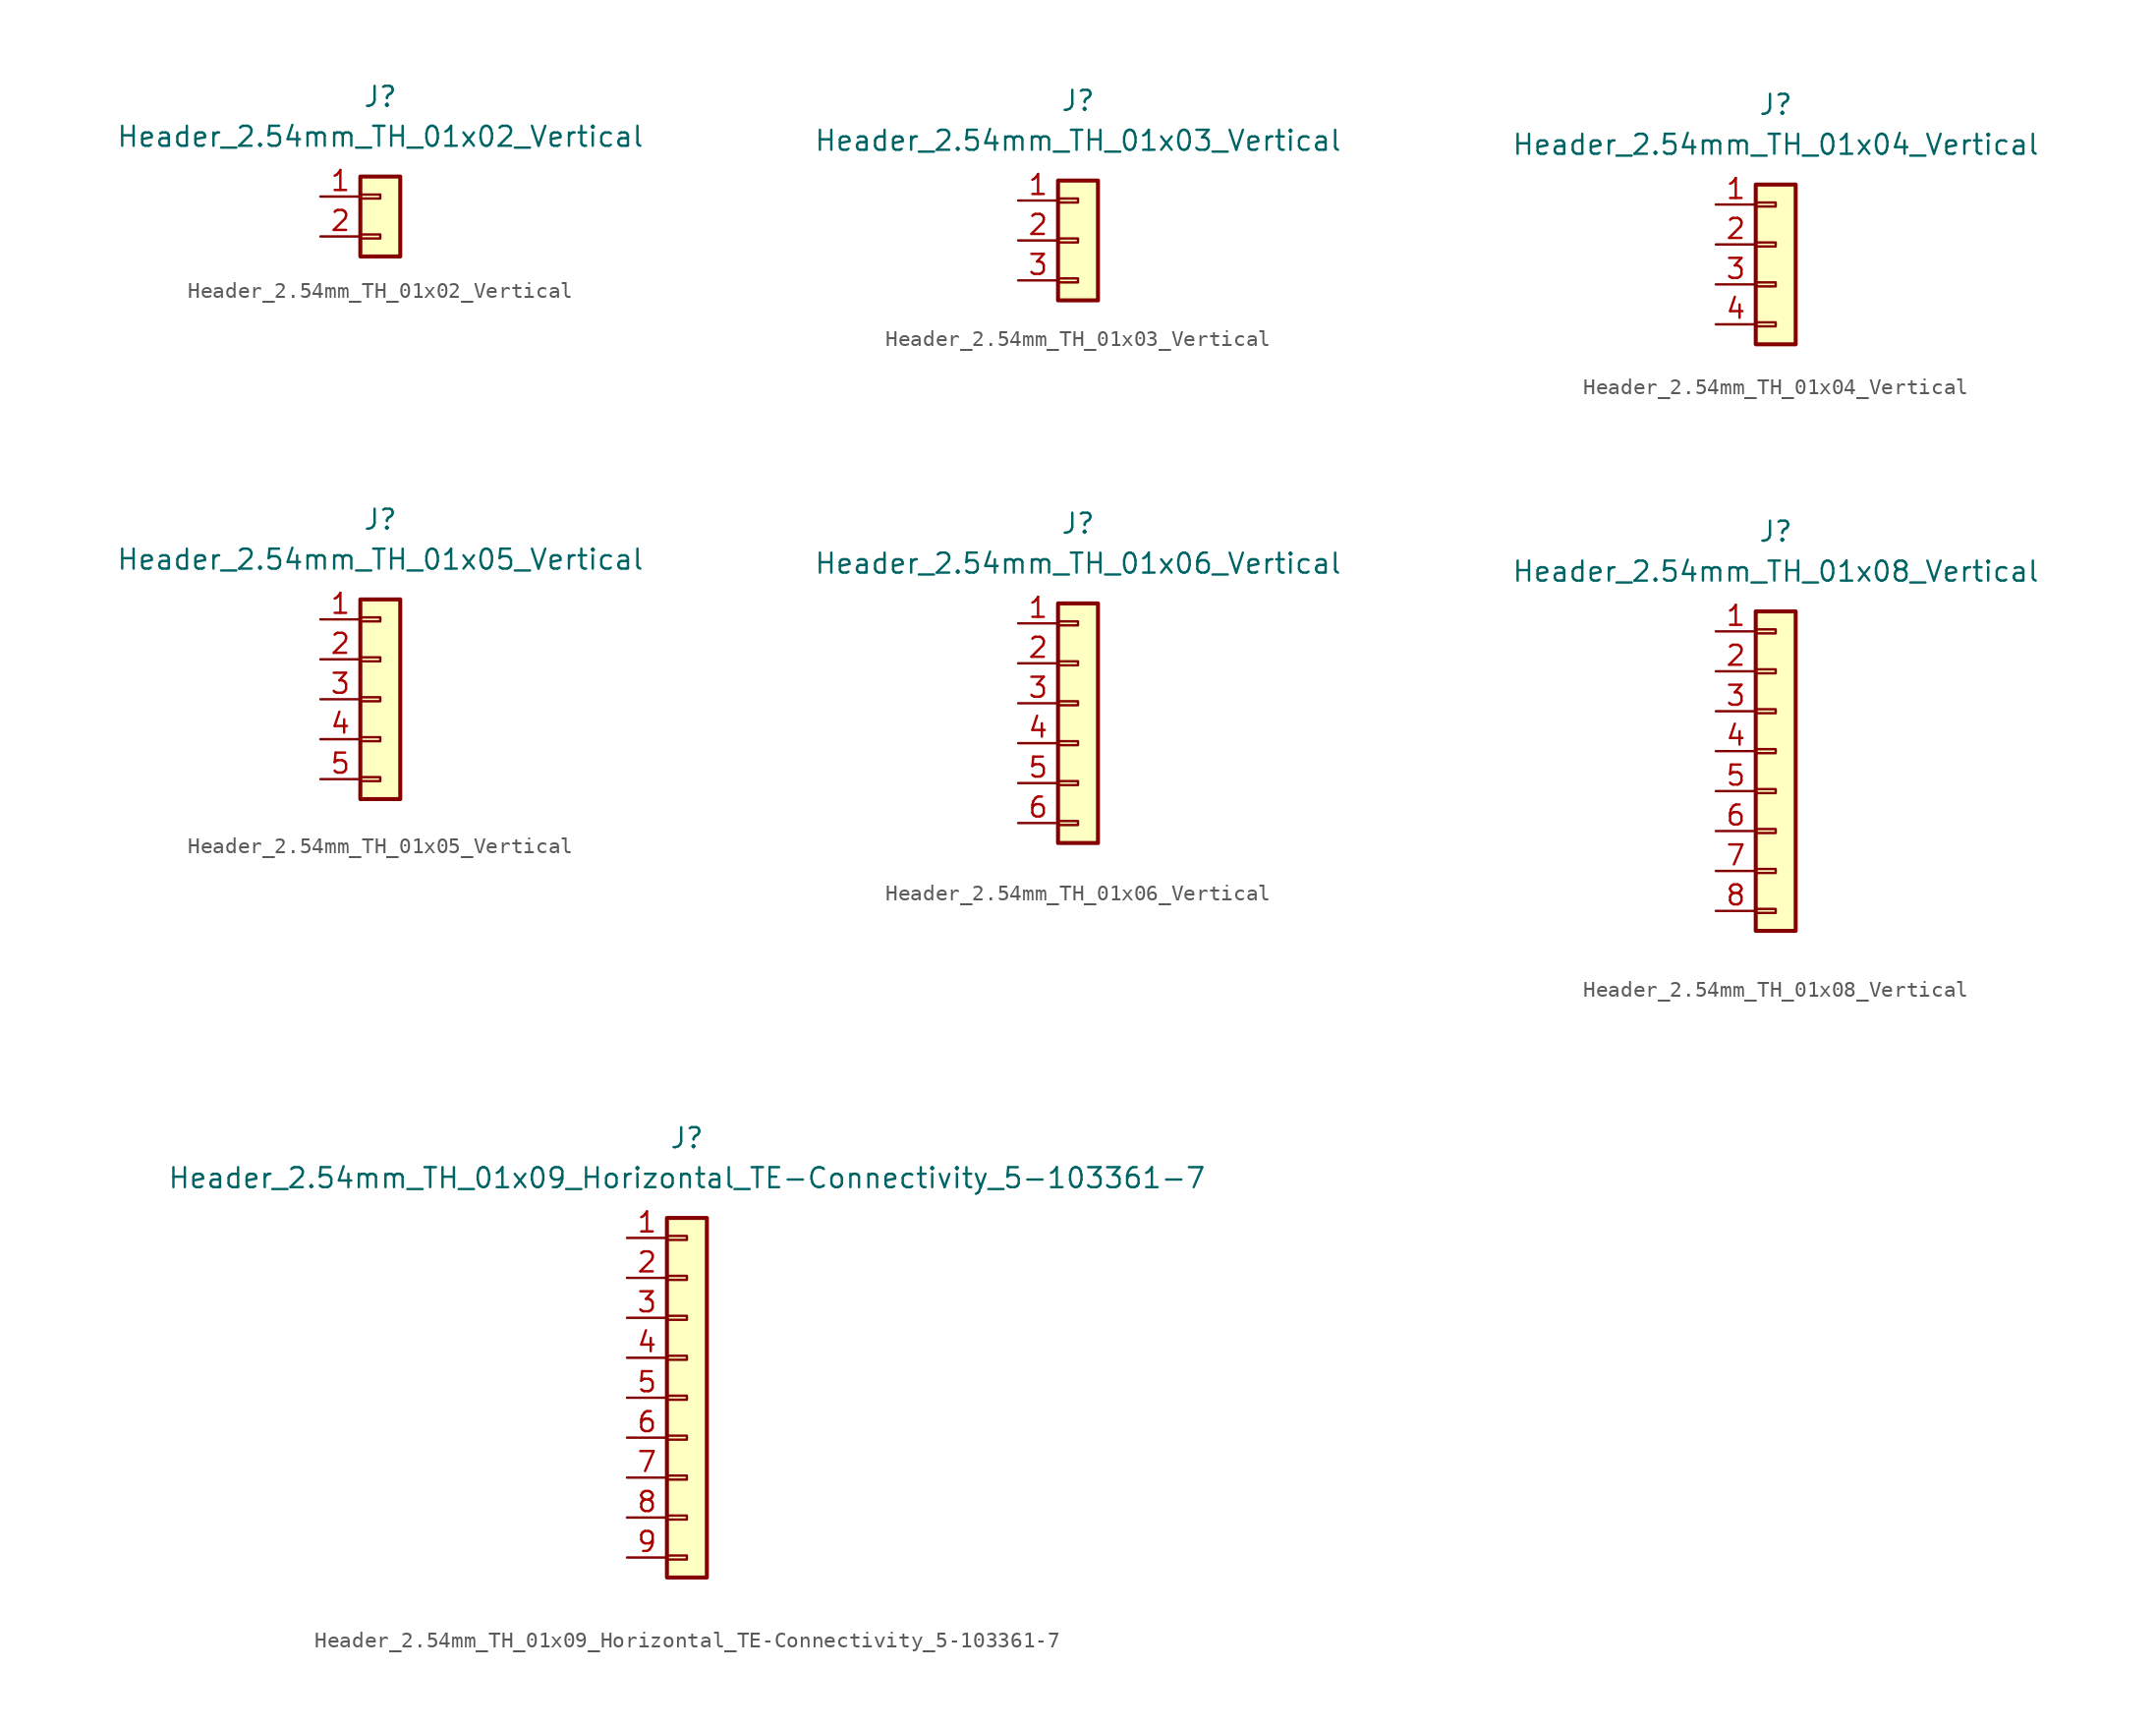
<source format=kicad_sym>
(kicad_symbol_lib
  (version 20241209)
  (generator "kicad_symbol_editor")
  (generator_version "9.0")
  (symbol "Header_2.54mm_TH_01x02_Vertical"
    (pin_names
      (offset 1.27)
      (hide yes))
    (property "Reference" "J"
      (at 0 7.62 0)
      (effects (font (size 1.27 1.27))))
    (property "Value" "Header_2.54mm_TH_01x02_Vertical"
      (at 0 5.08 0)
      (effects (font (size 1.27 1.27))))
    (symbol "Header_2.54mm_TH_01x02_Vertical_1_1"
      (rectangle (start -1.27 2.54) (end 1.27 -2.54) (stroke (width 0.254) (type default)) (fill (type background)))
      (rectangle (start -1.27 1.397) (end 0 1.143) (stroke (width 0.152) (type default)) (fill (type none)))
      (rectangle (start -1.27 -1.143) (end 0 -1.397) (stroke (width 0.152) (type default)) (fill (type none)))
      (pin passive line (at -3.81 1.27 0) (length 2.54) (name "Pin_1" (effects (font (size 1.27 1.27)))) (number "1" (effects (font (size 1.27 1.27)))))
      (pin passive line (at -3.81 -1.27 0) (length 2.54) (name "Pin_2" (effects (font (size 1.27 1.27)))) (number "2" (effects (font (size 1.27 1.27)))))))
  (symbol "Header_2.54mm_TH_01x03_Vertical"
    (pin_names
      (offset 1.27)
      (hide yes))
    (property "Reference" "J"
      (at 0 8.89 0)
      (effects (font (size 1.27 1.27))))
    (property "Value" "Header_2.54mm_TH_01x03_Vertical"
      (at 0 6.35 0)
      (effects (font (size 1.27 1.27))))
    (symbol "Header_2.54mm_TH_01x03_Vertical_1_1"
      (rectangle (start -1.27 3.81) (end 1.27 -3.81) (stroke (width 0.254) (type default)) (fill (type background)))
      (rectangle (start -1.27 2.667) (end 0 2.413) (stroke (width 0.152) (type default)) (fill (type none)))
      (rectangle (start -1.27 0.127) (end 0 -0.127) (stroke (width 0.152) (type default)) (fill (type none)))
      (rectangle (start -1.27 -2.413) (end 0 -2.667) (stroke (width 0.152) (type default)) (fill (type none)))
      (pin passive line (at -3.81 2.54 0) (length 2.54) (name "Pin_1" (effects (font (size 1.27 1.27)))) (number "1" (effects (font (size 1.27 1.27)))))
      (pin passive line (at -3.81 0 0) (length 2.54) (name "Pin_2" (effects (font (size 1.27 1.27)))) (number "2" (effects (font (size 1.27 1.27)))))
      (pin passive line (at -3.81 -2.54 0) (length 2.54) (name "Pin_3" (effects (font (size 1.27 1.27)))) (number "3" (effects (font (size 1.27 1.27)))))))
  (symbol "Header_2.54mm_TH_01x04_Vertical"
    (pin_names
      (offset 1.27)
      (hide yes))
    (property "Reference" "J"
      (at 0 10.16 0)
      (effects (font (size 1.27 1.27))))
    (property "Value" "Header_2.54mm_TH_01x04_Vertical"
      (at 0 7.62 0)
      (effects (font (size 1.27 1.27))))
    (symbol "Header_2.54mm_TH_01x04_Vertical_1_1"
      (rectangle (start -1.27 5.08) (end 1.27 -5.08) (stroke (width 0.254) (type default)) (fill (type background)))
      (rectangle (start -1.27 3.937) (end 0 3.683) (stroke (width 0.152) (type default)) (fill (type none)))
      (rectangle (start -1.27 1.397) (end 0 1.143) (stroke (width 0.152) (type default)) (fill (type none)))
      (rectangle (start -1.27 -1.143) (end 0 -1.397) (stroke (width 0.152) (type default)) (fill (type none)))
      (rectangle (start -1.27 -3.683) (end 0 -3.937) (stroke (width 0.152) (type default)) (fill (type none)))
      (pin passive line (at -3.81 3.81 0) (length 2.54) (name "Pin_1" (effects (font (size 1.27 1.27)))) (number "1" (effects (font (size 1.27 1.27)))))
      (pin passive line (at -3.81 1.27 0) (length 2.54) (name "Pin_2" (effects (font (size 1.27 1.27)))) (number "2" (effects (font (size 1.27 1.27)))))
      (pin passive line (at -3.81 -1.27 0) (length 2.54) (name "Pin_3" (effects (font (size 1.27 1.27)))) (number "3" (effects (font (size 1.27 1.27)))))
      (pin passive line (at -3.81 -3.81 0) (length 2.54) (name "Pin_4" (effects (font (size 1.27 1.27)))) (number "4" (effects (font (size 1.27 1.27)))))))
  (symbol "Header_2.54mm_TH_01x05_Vertical"
    (pin_names
      (offset 1.27)
      (hide yes))
    (property "Reference" "J"
      (at 0 11.43 0)
      (effects (font (size 1.27 1.27))))
    (property "Value" "Header_2.54mm_TH_01x05_Vertical"
      (at 0 8.89 0)
      (effects (font (size 1.27 1.27))))
    (symbol "Header_2.54mm_TH_01x05_Vertical_1_1"
      (rectangle (start -1.27 6.35) (end 1.27 -6.35) (stroke (width 0.254) (type default)) (fill (type background)))
      (rectangle (start -1.27 5.207) (end 0 4.953) (stroke (width 0.152) (type default)) (fill (type none)))
      (rectangle (start -1.27 2.667) (end 0 2.413) (stroke (width 0.152) (type default)) (fill (type none)))
      (rectangle (start -1.27 0.127) (end 0 -0.127) (stroke (width 0.152) (type default)) (fill (type none)))
      (rectangle (start -1.27 -2.413) (end 0 -2.667) (stroke (width 0.152) (type default)) (fill (type none)))
      (rectangle (start -1.27 -4.953) (end 0 -5.207) (stroke (width 0.152) (type default)) (fill (type none)))
      (pin passive line (at -3.81 5.08 0) (length 2.54) (name "Pin_1" (effects (font (size 1.27 1.27)))) (number "1" (effects (font (size 1.27 1.27)))))
      (pin passive line (at -3.81 2.54 0) (length 2.54) (name "Pin_2" (effects (font (size 1.27 1.27)))) (number "2" (effects (font (size 1.27 1.27)))))
      (pin passive line (at -3.81 0 0) (length 2.54) (name "Pin_3" (effects (font (size 1.27 1.27)))) (number "3" (effects (font (size 1.27 1.27)))))
      (pin passive line (at -3.81 -2.54 0) (length 2.54) (name "Pin_4" (effects (font (size 1.27 1.27)))) (number "4" (effects (font (size 1.27 1.27)))))
      (pin passive line (at -3.81 -5.08 0) (length 2.54) (name "Pin_5" (effects (font (size 1.27 1.27)))) (number "5" (effects (font (size 1.27 1.27)))))))
  (symbol "Header_2.54mm_TH_01x06_Vertical"
    (pin_names
      (offset 1.27)
      (hide yes))
    (property "Reference" "J"
      (at 0 12.7 0)
      (effects (font (size 1.27 1.27))))
    (property "Value" "Header_2.54mm_TH_01x06_Vertical"
      (at 0 10.16 0)
      (effects (font (size 1.27 1.27))))
    (symbol "Header_2.54mm_TH_01x06_Vertical_1_1"
      (rectangle (start -1.27 7.62) (end 1.27 -7.62) (stroke (width 0.254) (type default)) (fill (type background)))
      (rectangle (start -1.27 6.477) (end 0 6.223) (stroke (width 0.152) (type default)) (fill (type none)))
      (rectangle (start -1.27 3.937) (end 0 3.683) (stroke (width 0.152) (type default)) (fill (type none)))
      (rectangle (start -1.27 1.397) (end 0 1.143) (stroke (width 0.152) (type default)) (fill (type none)))
      (rectangle (start -1.27 -1.143) (end 0 -1.397) (stroke (width 0.152) (type default)) (fill (type none)))
      (rectangle (start -1.27 -3.683) (end 0 -3.937) (stroke (width 0.152) (type default)) (fill (type none)))
      (rectangle (start -1.27 -6.223) (end 0 -6.477) (stroke (width 0.152) (type default)) (fill (type none)))
      (pin passive line (at -3.81 6.35 0) (length 2.54) (name "Pin_1" (effects (font (size 1.27 1.27)))) (number "1" (effects (font (size 1.27 1.27)))))
      (pin passive line (at -3.81 3.81 0) (length 2.54) (name "Pin_2" (effects (font (size 1.27 1.27)))) (number "2" (effects (font (size 1.27 1.27)))))
      (pin passive line (at -3.81 1.27 0) (length 2.54) (name "Pin_3" (effects (font (size 1.27 1.27)))) (number "3" (effects (font (size 1.27 1.27)))))
      (pin passive line (at -3.81 -1.27 0) (length 2.54) (name "Pin_4" (effects (font (size 1.27 1.27)))) (number "4" (effects (font (size 1.27 1.27)))))
      (pin passive line (at -3.81 -3.81 0) (length 2.54) (name "Pin_5" (effects (font (size 1.27 1.27)))) (number "5" (effects (font (size 1.27 1.27)))))
      (pin passive line (at -3.81 -6.35 0) (length 2.54) (name "Pin_6" (effects (font (size 1.27 1.27)))) (number "6" (effects (font (size 1.27 1.27)))))))
  (symbol "Header_2.54mm_TH_01x08_Vertical"
    (pin_names
      (offset 1.27)
      (hide yes))
    (property "Reference" "J"
      (at 0 15.24 0)
      (effects (font (size 1.27 1.27))))
    (property "Value" "Header_2.54mm_TH_01x08_Vertical"
      (at 0 12.7 0)
      (effects (font (size 1.27 1.27))))
    (symbol "Header_2.54mm_TH_01x08_Vertical_1_1"
      (rectangle (start -1.27 10.16) (end 1.27 -10.16) (stroke (width 0.254) (type default)) (fill (type background)))
      (rectangle (start -1.27 9.017) (end 0 8.763) (stroke (width 0.152) (type default)) (fill (type none)))
      (rectangle (start -1.27 6.477) (end 0 6.223) (stroke (width 0.152) (type default)) (fill (type none)))
      (rectangle (start -1.27 3.937) (end 0 3.683) (stroke (width 0.152) (type default)) (fill (type none)))
      (rectangle (start -1.27 1.397) (end 0 1.143) (stroke (width 0.152) (type default)) (fill (type none)))
      (rectangle (start -1.27 -1.143) (end 0 -1.397) (stroke (width 0.152) (type default)) (fill (type none)))
      (rectangle (start -1.27 -3.683) (end 0 -3.937) (stroke (width 0.152) (type default)) (fill (type none)))
      (rectangle (start -1.27 -6.223) (end 0 -6.477) (stroke (width 0.152) (type default)) (fill (type none)))
      (rectangle (start -1.27 -8.763) (end 0 -9.017) (stroke (width 0.152) (type default)) (fill (type none)))
      (pin passive line (at -3.81 8.89 0) (length 2.54) (name "Pin_1" (effects (font (size 1.27 1.27)))) (number "1" (effects (font (size 1.27 1.27)))))
      (pin passive line (at -3.81 6.35 0) (length 2.54) (name "Pin_2" (effects (font (size 1.27 1.27)))) (number "2" (effects (font (size 1.27 1.27)))))
      (pin passive line (at -3.81 3.81 0) (length 2.54) (name "Pin_3" (effects (font (size 1.27 1.27)))) (number "3" (effects (font (size 1.27 1.27)))))
      (pin passive line (at -3.81 1.27 0) (length 2.54) (name "Pin_4" (effects (font (size 1.27 1.27)))) (number "4" (effects (font (size 1.27 1.27)))))
      (pin passive line (at -3.81 -1.27 0) (length 2.54) (name "Pin_5" (effects (font (size 1.27 1.27)))) (number "5" (effects (font (size 1.27 1.27)))))
      (pin passive line (at -3.81 -3.81 0) (length 2.54) (name "Pin_6" (effects (font (size 1.27 1.27)))) (number "6" (effects (font (size 1.27 1.27)))))
      (pin passive line (at -3.81 -6.35 0) (length 2.54) (name "Pin_7" (effects (font (size 1.27 1.27)))) (number "7" (effects (font (size 1.27 1.27)))))
      (pin passive line (at -3.81 -8.89 0) (length 2.54) (name "Pin_8" (effects (font (size 1.27 1.27)))) (number "8" (effects (font (size 1.27 1.27)))))))
  (symbol "Header_2.54mm_TH_01x09_Horizontal_TE-Connectivity_5-103361-7"
    (pin_names
      (offset 1.27)
      (hide yes))
    (property "Reference" "J"
      (at 0 16.51 0)
      (effects (font (size 1.27 1.27))))
    (property "Value" "Header_2.54mm_TH_01x09_Horizontal_TE-Connectivity_5-103361-7"
      (at 0 13.97 0)
      (effects (font (size 1.27 1.27))))
    (symbol "Header_2.54mm_TH_01x09_Horizontal_TE-Connectivity_5-103361-7_1_1"
      (rectangle (start -1.27 11.43) (end 1.27 -11.43) (stroke (width 0.254) (type default)) (fill (type background)))
      (rectangle (start -1.27 10.287) (end 0 10.033) (stroke (width 0.152) (type default)) (fill (type none)))
      (rectangle (start -1.27 7.747) (end 0 7.493) (stroke (width 0.152) (type default)) (fill (type none)))
      (rectangle (start -1.27 5.207) (end 0 4.953) (stroke (width 0.152) (type default)) (fill (type none)))
      (rectangle (start -1.27 2.667) (end 0 2.413) (stroke (width 0.152) (type default)) (fill (type none)))
      (rectangle (start -1.27 0.127) (end 0 -0.127) (stroke (width 0.152) (type default)) (fill (type none)))
      (rectangle (start -1.27 -2.413) (end 0 -2.667) (stroke (width 0.152) (type default)) (fill (type none)))
      (rectangle (start -1.27 -4.953) (end 0 -5.207) (stroke (width 0.152) (type default)) (fill (type none)))
      (rectangle (start -1.27 -7.493) (end 0 -7.747) (stroke (width 0.152) (type default)) (fill (type none)))
      (rectangle (start -1.27 -10.033) (end 0 -10.287) (stroke (width 0.152) (type default)) (fill (type none)))
      (pin passive line (at -3.81 10.16 0) (length 2.54) (name "Pin_1" (effects (font (size 1.27 1.27)))) (number "1" (effects (font (size 1.27 1.27)))))
      (pin passive line (at -3.81 7.62 0) (length 2.54) (name "Pin_2" (effects (font (size 1.27 1.27)))) (number "2" (effects (font (size 1.27 1.27)))))
      (pin passive line (at -3.81 5.08 0) (length 2.54) (name "Pin_3" (effects (font (size 1.27 1.27)))) (number "3" (effects (font (size 1.27 1.27)))))
      (pin passive line (at -3.81 2.54 0) (length 2.54) (name "Pin_4" (effects (font (size 1.27 1.27)))) (number "4" (effects (font (size 1.27 1.27)))))
      (pin passive line (at -3.81 0 0) (length 2.54) (name "Pin_5" (effects (font (size 1.27 1.27)))) (number "5" (effects (font (size 1.27 1.27)))))
      (pin passive line (at -3.81 -2.54 0) (length 2.54) (name "Pin_6" (effects (font (size 1.27 1.27)))) (number "6" (effects (font (size 1.27 1.27)))))
      (pin passive line (at -3.81 -5.08 0) (length 2.54) (name "Pin_7" (effects (font (size 1.27 1.27)))) (number "7" (effects (font (size 1.27 1.27)))))
      (pin passive line (at -3.81 -7.62 0) (length 2.54) (name "Pin_8" (effects (font (size 1.27 1.27)))) (number "8" (effects (font (size 1.27 1.27)))))
      (pin passive line (at -3.81 -10.16 0) (length 2.54) (name "Pin_9" (effects (font (size 1.27 1.27)))) (number "9" (effects (font (size 1.27 1.27))))))))
</source>
